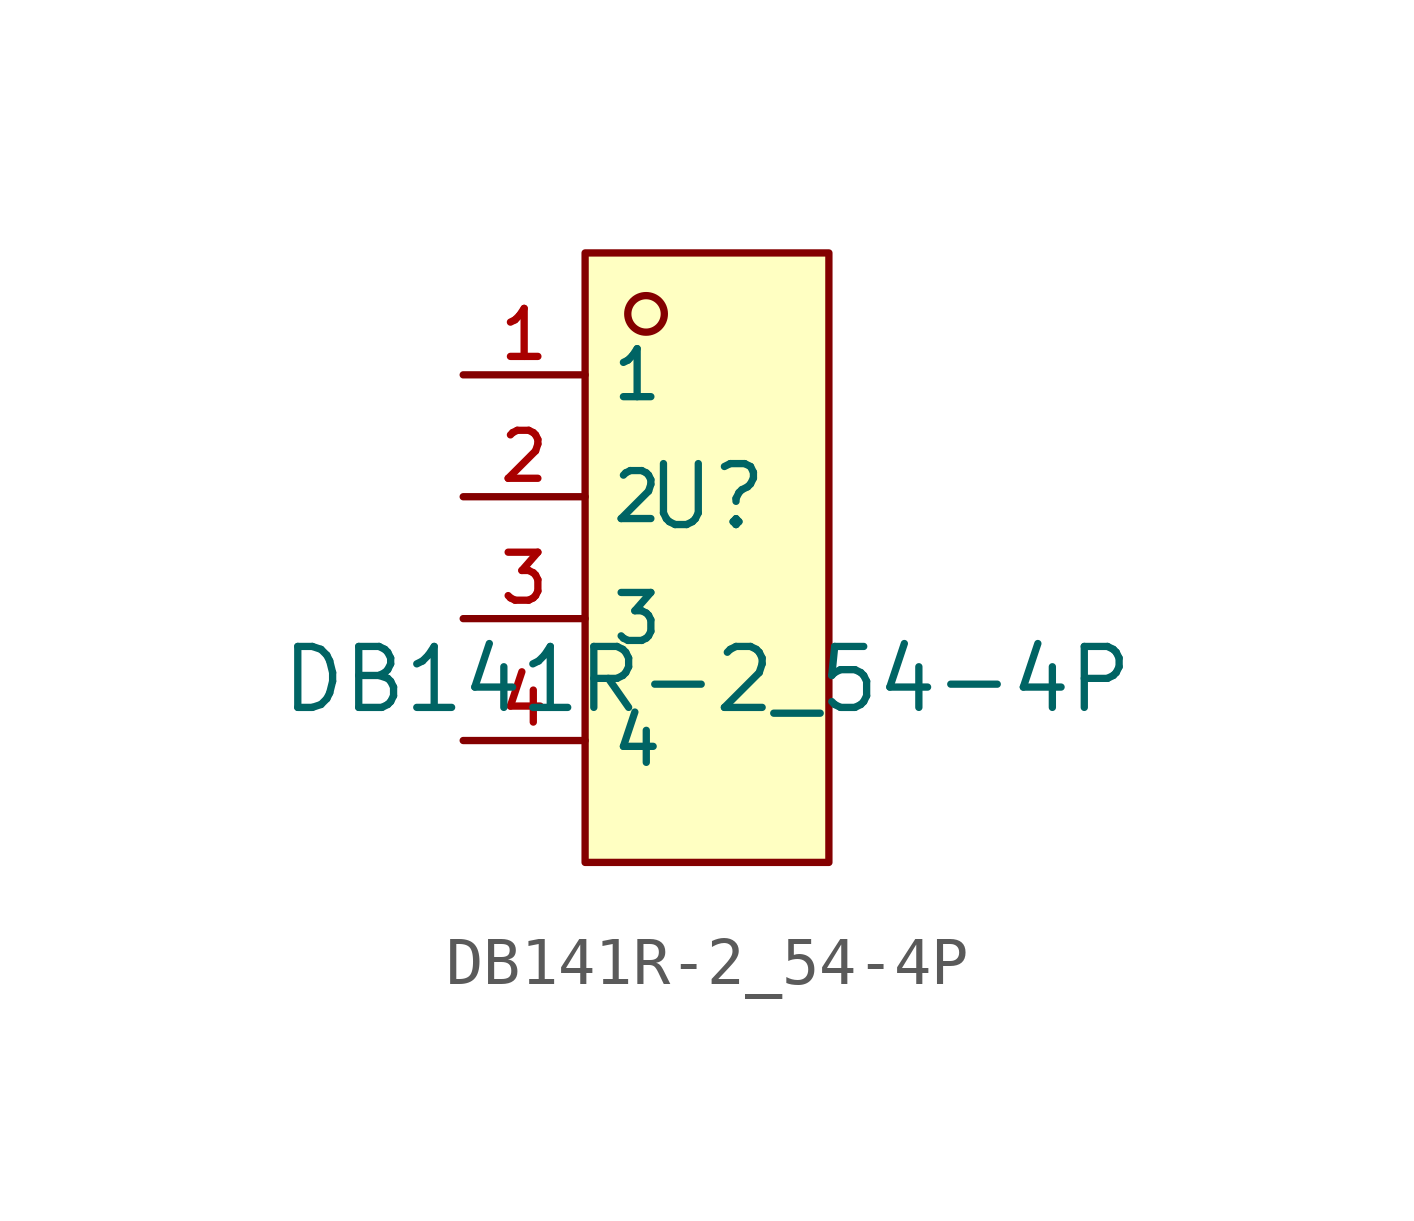
<source format=kicad_sym>
(kicad_symbol_lib
  (version 20210201)
  (generator TousstNicolas/JLC2KiCad_lib)
  (symbol "DB141R-2_54-4P"
    (property "Reference" "U"
      (at 0 1.27 0)
      (effects (font (size 1.27 1.27))))
    (property "Value" "DB141R-2_54-4P"
      (at 0 -2.54 0)
      (effects (font (size 1.27 1.27))))
    (symbol "DB141R-2_54-4P_0_1"
      (rectangle (start -2.54 6.35) (end 2.54 -6.35) (stroke (width 0) (type default) (color 0 0 0 0)) (fill (type background)))
      (circle (center -1.27 5.08) (radius 0.381) (stroke (width 0) (type default) (color 0 0 0 0)) (fill (type background)))
      (pin unspecified line (at -5.08 3.81 0) (length 2.54) (name "1" (effects (font (size 1 1)))) (number "1" (effects (font (size 1 1)))))
      (pin unspecified line (at -5.08 1.27 0) (length 2.54) (name "2" (effects (font (size 1 1)))) (number "2" (effects (font (size 1 1)))))
      (pin unspecified line (at -5.08 -1.27 0) (length 2.54) (name "3" (effects (font (size 1 1)))) (number "3" (effects (font (size 1 1)))))
      (pin unspecified line (at -5.08 -3.81 0) (length 2.54) (name "4" (effects (font (size 1 1)))) (number "4" (effects (font (size 1 1))))))))
</source>
